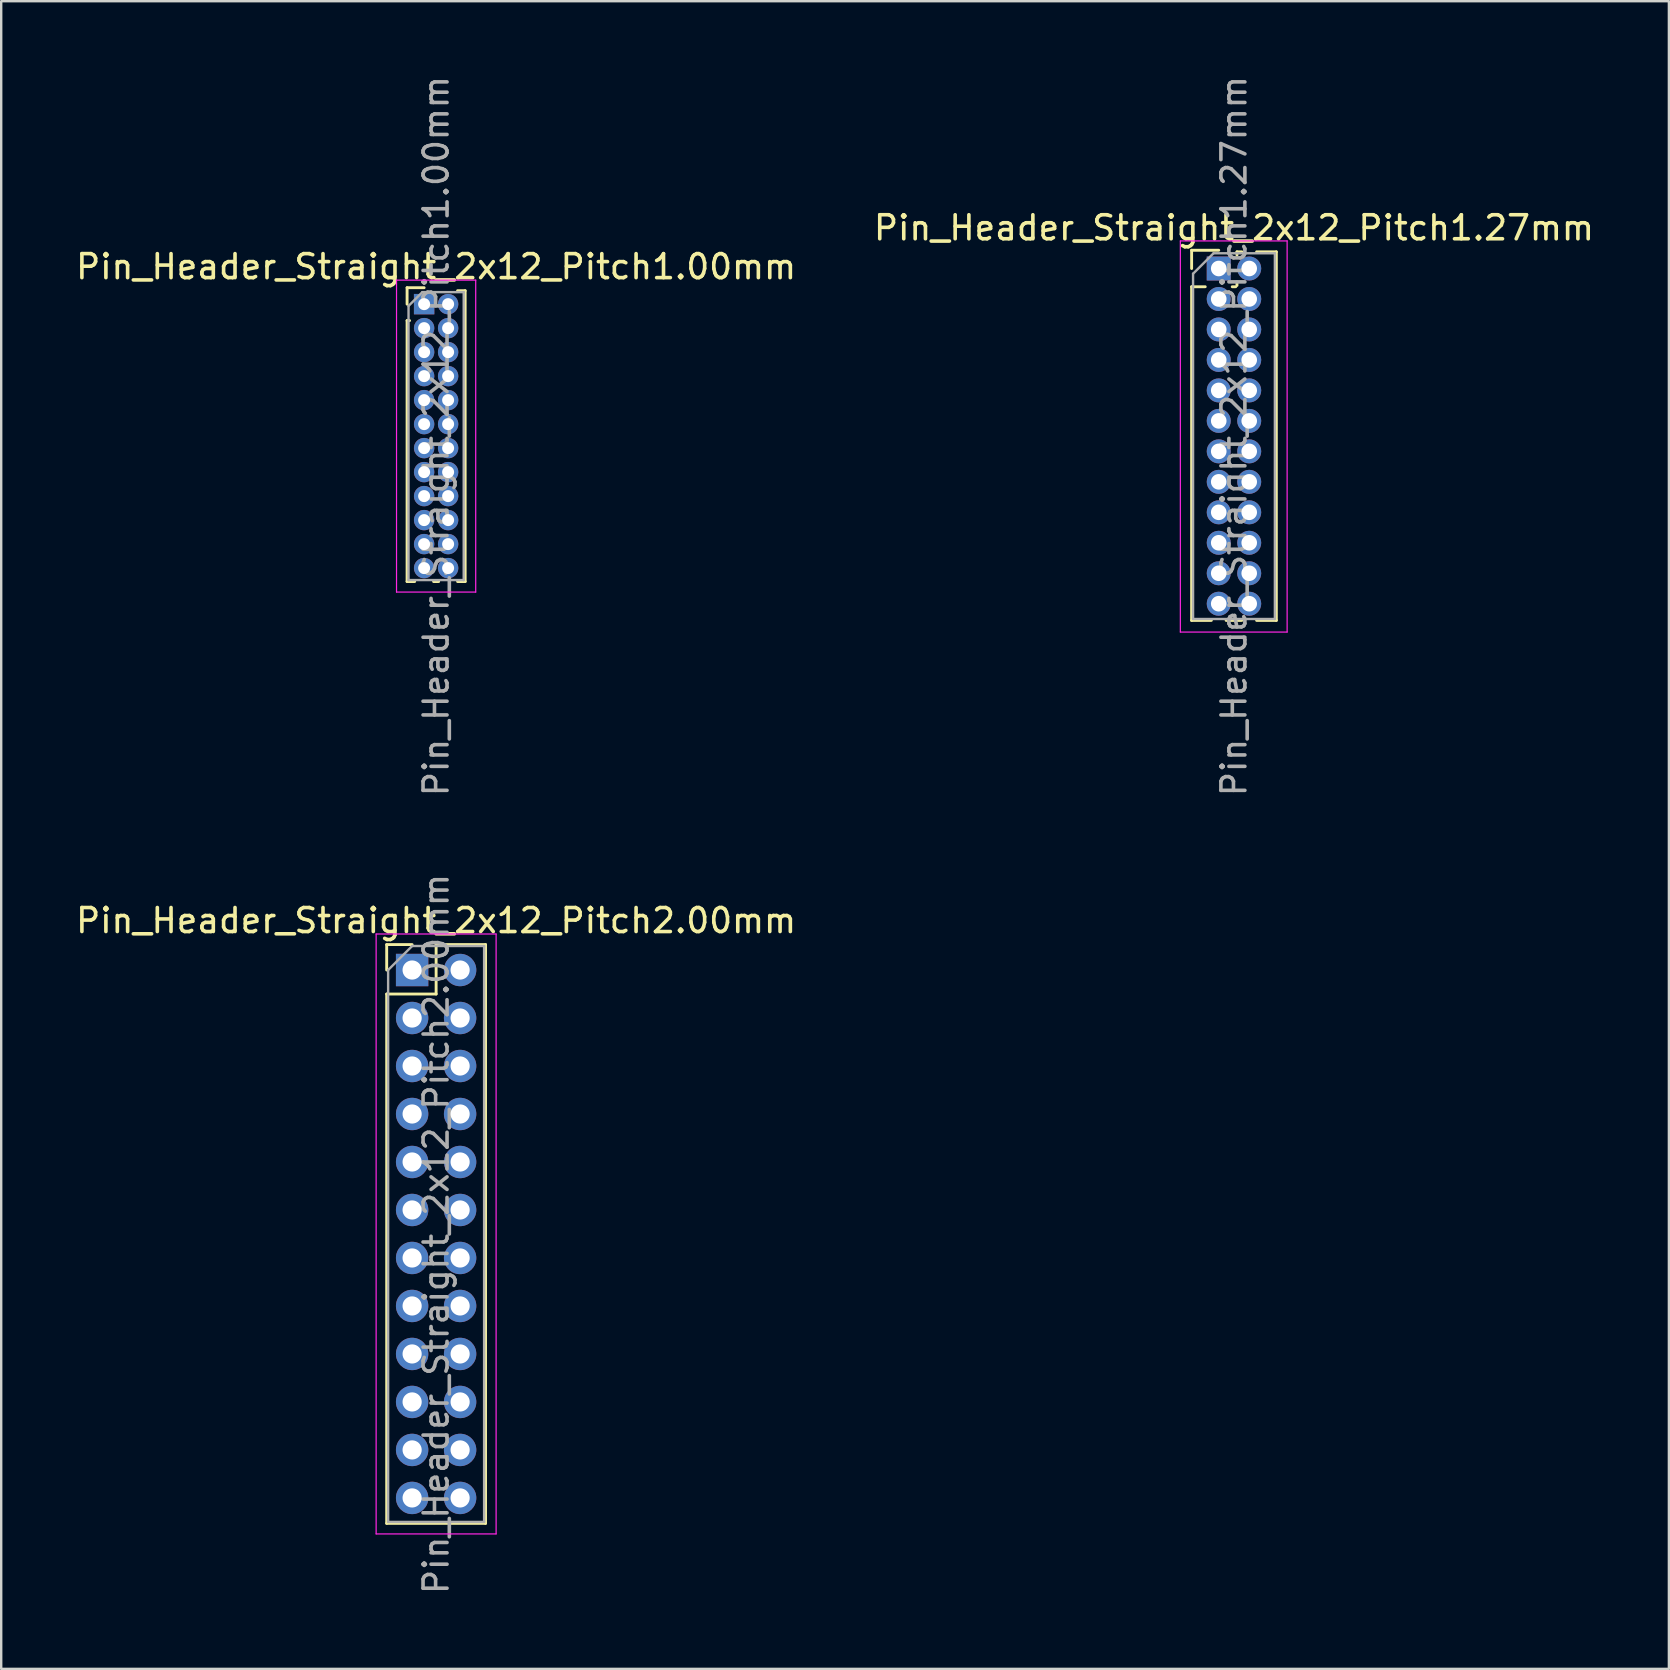
<source format=kicad_pcb>
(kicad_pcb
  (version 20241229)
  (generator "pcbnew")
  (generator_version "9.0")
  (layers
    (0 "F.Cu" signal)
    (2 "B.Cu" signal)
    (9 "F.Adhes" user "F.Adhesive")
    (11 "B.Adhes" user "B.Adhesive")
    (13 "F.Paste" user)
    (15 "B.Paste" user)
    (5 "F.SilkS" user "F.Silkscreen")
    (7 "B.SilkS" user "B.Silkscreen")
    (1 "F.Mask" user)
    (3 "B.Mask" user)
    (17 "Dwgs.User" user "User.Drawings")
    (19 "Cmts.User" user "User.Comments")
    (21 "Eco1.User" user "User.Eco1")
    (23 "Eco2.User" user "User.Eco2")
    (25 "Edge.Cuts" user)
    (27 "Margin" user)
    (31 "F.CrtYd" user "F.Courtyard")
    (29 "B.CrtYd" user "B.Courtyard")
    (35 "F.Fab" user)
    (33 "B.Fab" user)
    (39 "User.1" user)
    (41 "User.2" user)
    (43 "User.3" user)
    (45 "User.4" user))
  (footprint "Pin_Header_Straight_2x12_Pitch1.27mm"
    (layer "F.Cu")
    (at 47.74 8.14)
    (property "Reference" "Pin_Header_Straight_2x12_Pitch1.27mm" (at 0.635 -1.695 0) (layer "F.SilkS") (effects (font (size 1 1) (thickness 0.15))))
    (attr through_hole)
    (fp_line (start -1.13 -0.76) (end 0 -0.76) (stroke (width 0.12) (type solid)) (layer "F.SilkS"))
    (fp_line (start -1.13 0) (end -1.13 -0.76) (stroke (width 0.12) (type solid)) (layer "F.SilkS"))
    (fp_line (start -1.13 0.76) (end -1.13 14.665) (stroke (width 0.12) (type solid)) (layer "F.SilkS"))
    (fp_line (start -1.13 0.76) (end -0.563 0.76) (stroke (width 0.12) (type solid)) (layer "F.SilkS"))
    (fp_line (start -1.13 14.665) (end -0.308 14.665) (stroke (width 0.12) (type solid)) (layer "F.SilkS"))
    (fp_line (start 0.308 14.665) (end 0.962 14.665) (stroke (width 0.12) (type solid)) (layer "F.SilkS"))
    (fp_line (start 0.563 0.76) (end 0.707 0.76) (stroke (width 0.12) (type solid)) (layer "F.SilkS"))
    (fp_line (start 0.76 -0.695) (end 0.962 -0.695) (stroke (width 0.12) (type solid)) (layer "F.SilkS"))
    (fp_line (start 0.76 -0.563) (end 0.76 -0.695) (stroke (width 0.12) (type solid)) (layer "F.SilkS"))
    (fp_line (start 0.76 0.707) (end 0.76 0.563) (stroke (width 0.12) (type solid)) (layer "F.SilkS"))
    (fp_line (start 1.578 -0.695) (end 2.4 -0.695) (stroke (width 0.12) (type solid)) (layer "F.SilkS"))
    (fp_line (start 1.578 14.665) (end 2.4 14.665) (stroke (width 0.12) (type solid)) (layer "F.SilkS"))
    (fp_line (start 2.4 -0.695) (end 2.4 14.665) (stroke (width 0.12) (type solid)) (layer "F.SilkS"))
    (fp_line (start -1.6 -1.15) (end -1.6 15.15) (stroke (width 0.05) (type solid)) (layer "F.CrtYd"))
    (fp_line (start -1.6 15.15) (end 2.85 15.15) (stroke (width 0.05) (type solid)) (layer "F.CrtYd"))
    (fp_line (start 2.85 -1.15) (end -1.6 -1.15) (stroke (width 0.05) (type solid)) (layer "F.CrtYd"))
    (fp_line (start 2.85 15.15) (end 2.85 -1.15) (stroke (width 0.05) (type solid)) (layer "F.CrtYd"))
    (fp_line (start -1.07 0.217) (end -0.217 -0.635) (stroke (width 0.1) (type solid)) (layer "F.Fab"))
    (fp_line (start -1.07 14.605) (end -1.07 0.217) (stroke (width 0.1) (type solid)) (layer "F.Fab"))
    (fp_line (start -0.217 -0.635) (end 2.34 -0.635) (stroke (width 0.1) (type solid)) (layer "F.Fab"))
    (fp_line (start 2.34 -0.635) (end 2.34 14.605) (stroke (width 0.1) (type solid)) (layer "F.Fab"))
    (fp_line (start 2.34 14.605) (end -1.07 14.605) (stroke (width 0.1) (type solid)) (layer "F.Fab"))
    (fp_text user "${REFERENCE}" (at 0.635 6.985 90) (layer "F.Fab") (effects (font (size 1 1) (thickness 0.15))))
    (pad "1" thru_hole rect (at 0 0) (size 1 1) (drill 0.65) (layers "*.Cu" "*.Mask"))
    (pad "2" thru_hole oval (at 1.27 0) (size 1 1) (drill 0.65) (layers "*.Cu" "*.Mask"))
    (pad "3" thru_hole oval (at 0 1.27) (size 1 1) (drill 0.65) (layers "*.Cu" "*.Mask"))
    (pad "4" thru_hole oval (at 1.27 1.27) (size 1 1) (drill 0.65) (layers "*.Cu" "*.Mask"))
    (pad "5" thru_hole oval (at 0 2.54) (size 1 1) (drill 0.65) (layers "*.Cu" "*.Mask"))
    (pad "6" thru_hole oval (at 1.27 2.54) (size 1 1) (drill 0.65) (layers "*.Cu" "*.Mask"))
    (pad "7" thru_hole oval (at 0 3.81) (size 1 1) (drill 0.65) (layers "*.Cu" "*.Mask"))
    (pad "8" thru_hole oval (at 1.27 3.81) (size 1 1) (drill 0.65) (layers "*.Cu" "*.Mask"))
    (pad "9" thru_hole oval (at 0 5.08) (size 1 1) (drill 0.65) (layers "*.Cu" "*.Mask"))
    (pad "10" thru_hole oval (at 1.27 5.08) (size 1 1) (drill 0.65) (layers "*.Cu" "*.Mask"))
    (pad "11" thru_hole oval (at 0 6.35) (size 1 1) (drill 0.65) (layers "*.Cu" "*.Mask"))
    (pad "12" thru_hole oval (at 1.27 6.35) (size 1 1) (drill 0.65) (layers "*.Cu" "*.Mask"))
    (pad "13" thru_hole oval (at 0 7.62) (size 1 1) (drill 0.65) (layers "*.Cu" "*.Mask"))
    (pad "14" thru_hole oval (at 1.27 7.62) (size 1 1) (drill 0.65) (layers "*.Cu" "*.Mask"))
    (pad "15" thru_hole oval (at 0 8.89) (size 1 1) (drill 0.65) (layers "*.Cu" "*.Mask"))
    (pad "16" thru_hole oval (at 1.27 8.89) (size 1 1) (drill 0.65) (layers "*.Cu" "*.Mask"))
    (pad "17" thru_hole oval (at 0 10.16) (size 1 1) (drill 0.65) (layers "*.Cu" "*.Mask"))
    (pad "18" thru_hole oval (at 1.27 10.16) (size 1 1) (drill 0.65) (layers "*.Cu" "*.Mask"))
    (pad "19" thru_hole oval (at 0 11.43) (size 1 1) (drill 0.65) (layers "*.Cu" "*.Mask"))
    (pad "20" thru_hole oval (at 1.27 11.43) (size 1 1) (drill 0.65) (layers "*.Cu" "*.Mask"))
    (pad "21" thru_hole oval (at 0 12.7) (size 1 1) (drill 0.65) (layers "*.Cu" "*.Mask"))
    (pad "22" thru_hole oval (at 1.27 12.7) (size 1 1) (drill 0.65) (layers "*.Cu" "*.Mask"))
    (pad "23" thru_hole oval (at 0 13.97) (size 1 1) (drill 0.65) (layers "*.Cu" "*.Mask"))
    (pad "24" thru_hole oval (at 1.27 13.97) (size 1 1) (drill 0.65) (layers "*.Cu" "*.Mask")))
  (footprint "Pin_Header_Straight_2x12_Pitch2.00mm"
    (layer "F.Cu")
    (at 14.125 37.375)
    (property "Reference" "Pin_Header_Straight_2x12_Pitch2.00mm" (at 1 -2.06 0) (layer "F.SilkS") (effects (font (size 1 1) (thickness 0.15))))
    (attr through_hole)
    (fp_line (start -1.06 -1.06) (end 0 -1.06) (stroke (width 0.12) (type solid)) (layer "F.SilkS"))
    (fp_line (start -1.06 0) (end -1.06 -1.06) (stroke (width 0.12) (type solid)) (layer "F.SilkS"))
    (fp_line (start -1.06 1) (end -1.06 23.06) (stroke (width 0.12) (type solid)) (layer "F.SilkS"))
    (fp_line (start -1.06 1) (end 1 1) (stroke (width 0.12) (type solid)) (layer "F.SilkS"))
    (fp_line (start -1.06 23.06) (end 3.06 23.06) (stroke (width 0.12) (type solid)) (layer "F.SilkS"))
    (fp_line (start 1 -1.06) (end 3.06 -1.06) (stroke (width 0.12) (type solid)) (layer "F.SilkS"))
    (fp_line (start 1 1) (end 1 -1.06) (stroke (width 0.12) (type solid)) (layer "F.SilkS"))
    (fp_line (start 3.06 -1.06) (end 3.06 23.06) (stroke (width 0.12) (type solid)) (layer "F.SilkS"))
    (fp_line (start -1.5 -1.5) (end -1.5 23.5) (stroke (width 0.05) (type solid)) (layer "F.CrtYd"))
    (fp_line (start -1.5 23.5) (end 3.5 23.5) (stroke (width 0.05) (type solid)) (layer "F.CrtYd"))
    (fp_line (start 3.5 -1.5) (end -1.5 -1.5) (stroke (width 0.05) (type solid)) (layer "F.CrtYd"))
    (fp_line (start 3.5 23.5) (end 3.5 -1.5) (stroke (width 0.05) (type solid)) (layer "F.CrtYd"))
    (fp_line (start -1 0) (end 0 -1) (stroke (width 0.1) (type solid)) (layer "F.Fab"))
    (fp_line (start -1 23) (end -1 0) (stroke (width 0.1) (type solid)) (layer "F.Fab"))
    (fp_line (start 0 -1) (end 3 -1) (stroke (width 0.1) (type solid)) (layer "F.Fab"))
    (fp_line (start 3 -1) (end 3 23) (stroke (width 0.1) (type solid)) (layer "F.Fab"))
    (fp_line (start 3 23) (end -1 23) (stroke (width 0.1) (type solid)) (layer "F.Fab"))
    (fp_text user "${REFERENCE}" (at 1 11 90) (layer "F.Fab") (effects (font (size 1 1) (thickness 0.15))))
    (pad "1" thru_hole rect (at 0 0) (size 1.35 1.35) (drill 0.8) (layers "*.Cu" "*.Mask"))
    (pad "2" thru_hole oval (at 2 0) (size 1.35 1.35) (drill 0.8) (layers "*.Cu" "*.Mask"))
    (pad "3" thru_hole oval (at 0 2) (size 1.35 1.35) (drill 0.8) (layers "*.Cu" "*.Mask"))
    (pad "4" thru_hole oval (at 2 2) (size 1.35 1.35) (drill 0.8) (layers "*.Cu" "*.Mask"))
    (pad "5" thru_hole oval (at 0 4) (size 1.35 1.35) (drill 0.8) (layers "*.Cu" "*.Mask"))
    (pad "6" thru_hole oval (at 2 4) (size 1.35 1.35) (drill 0.8) (layers "*.Cu" "*.Mask"))
    (pad "7" thru_hole oval (at 0 6) (size 1.35 1.35) (drill 0.8) (layers "*.Cu" "*.Mask"))
    (pad "8" thru_hole oval (at 2 6) (size 1.35 1.35) (drill 0.8) (layers "*.Cu" "*.Mask"))
    (pad "9" thru_hole oval (at 0 8) (size 1.35 1.35) (drill 0.8) (layers "*.Cu" "*.Mask"))
    (pad "10" thru_hole oval (at 2 8) (size 1.35 1.35) (drill 0.8) (layers "*.Cu" "*.Mask"))
    (pad "11" thru_hole oval (at 0 10) (size 1.35 1.35) (drill 0.8) (layers "*.Cu" "*.Mask"))
    (pad "12" thru_hole oval (at 2 10) (size 1.35 1.35) (drill 0.8) (layers "*.Cu" "*.Mask"))
    (pad "13" thru_hole oval (at 0 12) (size 1.35 1.35) (drill 0.8) (layers "*.Cu" "*.Mask"))
    (pad "14" thru_hole oval (at 2 12) (size 1.35 1.35) (drill 0.8) (layers "*.Cu" "*.Mask"))
    (pad "15" thru_hole oval (at 0 14) (size 1.35 1.35) (drill 0.8) (layers "*.Cu" "*.Mask"))
    (pad "16" thru_hole oval (at 2 14) (size 1.35 1.35) (drill 0.8) (layers "*.Cu" "*.Mask"))
    (pad "17" thru_hole oval (at 0 16) (size 1.35 1.35) (drill 0.8) (layers "*.Cu" "*.Mask"))
    (pad "18" thru_hole oval (at 2 16) (size 1.35 1.35) (drill 0.8) (layers "*.Cu" "*.Mask"))
    (pad "19" thru_hole oval (at 0 18) (size 1.35 1.35) (drill 0.8) (layers "*.Cu" "*.Mask"))
    (pad "20" thru_hole oval (at 2 18) (size 1.35 1.35) (drill 0.8) (layers "*.Cu" "*.Mask"))
    (pad "21" thru_hole oval (at 0 20) (size 1.35 1.35) (drill 0.8) (layers "*.Cu" "*.Mask"))
    (pad "22" thru_hole oval (at 2 20) (size 1.35 1.35) (drill 0.8) (layers "*.Cu" "*.Mask"))
    (pad "23" thru_hole oval (at 0 22) (size 1.35 1.35) (drill 0.8) (layers "*.Cu" "*.Mask"))
    (pad "24" thru_hole oval (at 2 22) (size 1.35 1.35) (drill 0.8) (layers "*.Cu" "*.Mask")))
  (footprint "Pin_Header_Straight_2x12_Pitch1.00mm"
    (layer "F.Cu")
    (at 14.625 9.625)
    (property "Reference" "Pin_Header_Straight_2x12_Pitch1.00mm" (at 0.5 -1.56 0) (layer "F.SilkS") (effects (font (size 1 1) (thickness 0.15))))
    (attr through_hole)
    (fp_line (start -0.71 -0.685) (end 0 -0.685) (stroke (width 0.12) (type solid)) (layer "F.SilkS"))
    (fp_line (start -0.71 0) (end -0.71 -0.685) (stroke (width 0.12) (type solid)) (layer "F.SilkS"))
    (fp_line (start -0.71 0.685) (end -0.71 11.56) (stroke (width 0.12) (type solid)) (layer "F.SilkS"))
    (fp_line (start -0.71 0.685) (end -0.608 0.685) (stroke (width 0.12) (type solid)) (layer "F.SilkS"))
    (fp_line (start -0.71 11.56) (end -0.394 11.56) (stroke (width 0.12) (type solid)) (layer "F.SilkS"))
    (fp_line (start 0.394 11.56) (end 0.606 11.56) (stroke (width 0.12) (type solid)) (layer "F.SilkS"))
    (fp_line (start 1.394 -0.56) (end 1.71 -0.56) (stroke (width 0.12) (type solid)) (layer "F.SilkS"))
    (fp_line (start 1.394 11.56) (end 1.71 11.56) (stroke (width 0.12) (type solid)) (layer "F.SilkS"))
    (fp_line (start 1.71 -0.56) (end 1.71 11.56) (stroke (width 0.12) (type solid)) (layer "F.SilkS"))
    (fp_line (start -1.15 -1) (end -1.15 12) (stroke (width 0.05) (type solid)) (layer "F.CrtYd"))
    (fp_line (start -1.15 12) (end 2.15 12) (stroke (width 0.05) (type solid)) (layer "F.CrtYd"))
    (fp_line (start 2.15 -1) (end -1.15 -1) (stroke (width 0.05) (type solid)) (layer "F.CrtYd"))
    (fp_line (start 2.15 12) (end 2.15 -1) (stroke (width 0.05) (type solid)) (layer "F.CrtYd"))
    (fp_line (start -0.65 0.075) (end -0.075 -0.5) (stroke (width 0.1) (type solid)) (layer "F.Fab"))
    (fp_line (start -0.65 11.5) (end -0.65 0.075) (stroke (width 0.1) (type solid)) (layer "F.Fab"))
    (fp_line (start -0.075 -0.5) (end 1.65 -0.5) (stroke (width 0.1) (type solid)) (layer "F.Fab"))
    (fp_line (start 1.65 -0.5) (end 1.65 11.5) (stroke (width 0.1) (type solid)) (layer "F.Fab"))
    (fp_line (start 1.65 11.5) (end -0.65 11.5) (stroke (width 0.1) (type solid)) (layer "F.Fab"))
    (fp_text user "${REFERENCE}" (at 0.5 5.5 90) (layer "F.Fab") (effects (font (size 1 1) (thickness 0.15))))
    (pad "1" thru_hole rect (at 0 0) (size 0.85 0.85) (drill 0.5) (layers "*.Cu" "*.Mask"))
    (pad "2" thru_hole oval (at 1 0) (size 0.85 0.85) (drill 0.5) (layers "*.Cu" "*.Mask"))
    (pad "3" thru_hole oval (at 0 1) (size 0.85 0.85) (drill 0.5) (layers "*.Cu" "*.Mask"))
    (pad "4" thru_hole oval (at 1 1) (size 0.85 0.85) (drill 0.5) (layers "*.Cu" "*.Mask"))
    (pad "5" thru_hole oval (at 0 2) (size 0.85 0.85) (drill 0.5) (layers "*.Cu" "*.Mask"))
    (pad "6" thru_hole oval (at 1 2) (size 0.85 0.85) (drill 0.5) (layers "*.Cu" "*.Mask"))
    (pad "7" thru_hole oval (at 0 3) (size 0.85 0.85) (drill 0.5) (layers "*.Cu" "*.Mask"))
    (pad "8" thru_hole oval (at 1 3) (size 0.85 0.85) (drill 0.5) (layers "*.Cu" "*.Mask"))
    (pad "9" thru_hole oval (at 0 4) (size 0.85 0.85) (drill 0.5) (layers "*.Cu" "*.Mask"))
    (pad "10" thru_hole oval (at 1 4) (size 0.85 0.85) (drill 0.5) (layers "*.Cu" "*.Mask"))
    (pad "11" thru_hole oval (at 0 5) (size 0.85 0.85) (drill 0.5) (layers "*.Cu" "*.Mask"))
    (pad "12" thru_hole oval (at 1 5) (size 0.85 0.85) (drill 0.5) (layers "*.Cu" "*.Mask"))
    (pad "13" thru_hole oval (at 0 6) (size 0.85 0.85) (drill 0.5) (layers "*.Cu" "*.Mask"))
    (pad "14" thru_hole oval (at 1 6) (size 0.85 0.85) (drill 0.5) (layers "*.Cu" "*.Mask"))
    (pad "15" thru_hole oval (at 0 7) (size 0.85 0.85) (drill 0.5) (layers "*.Cu" "*.Mask"))
    (pad "16" thru_hole oval (at 1 7) (size 0.85 0.85) (drill 0.5) (layers "*.Cu" "*.Mask"))
    (pad "17" thru_hole oval (at 0 8) (size 0.85 0.85) (drill 0.5) (layers "*.Cu" "*.Mask"))
    (pad "18" thru_hole oval (at 1 8) (size 0.85 0.85) (drill 0.5) (layers "*.Cu" "*.Mask"))
    (pad "19" thru_hole oval (at 0 9) (size 0.85 0.85) (drill 0.5) (layers "*.Cu" "*.Mask"))
    (pad "20" thru_hole oval (at 1 9) (size 0.85 0.85) (drill 0.5) (layers "*.Cu" "*.Mask"))
    (pad "21" thru_hole oval (at 0 10) (size 0.85 0.85) (drill 0.5) (layers "*.Cu" "*.Mask"))
    (pad "22" thru_hole oval (at 1 10) (size 0.85 0.85) (drill 0.5) (layers "*.Cu" "*.Mask"))
    (pad "23" thru_hole oval (at 0 11) (size 0.85 0.85) (drill 0.5) (layers "*.Cu" "*.Mask"))
    (pad "24" thru_hole oval (at 1 11) (size 0.85 0.85) (drill 0.5) (layers "*.Cu" "*.Mask")))
  (gr_rect
    (start -3 -3)
    (end 66.5 66.5)
    (stroke (width 0.1) (type default))
    (fill no)
    (layer "Edge.Cuts")))
</source>
